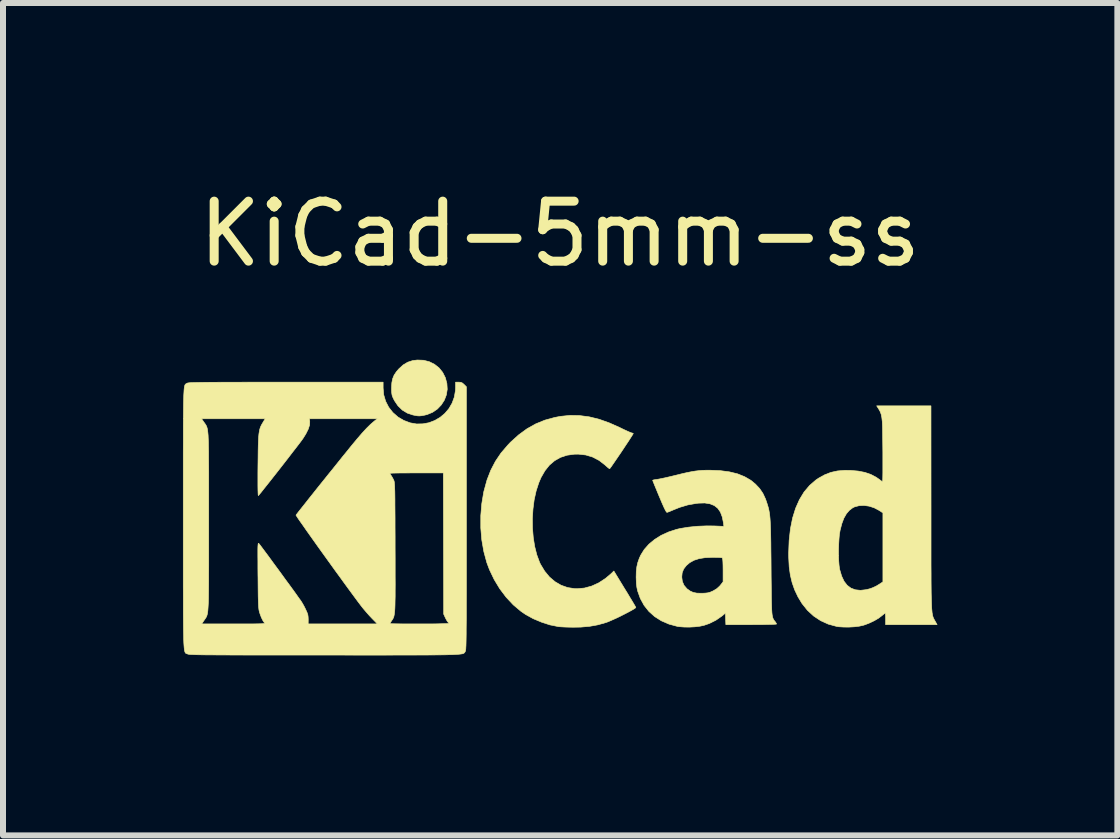
<source format=kicad_pcb>
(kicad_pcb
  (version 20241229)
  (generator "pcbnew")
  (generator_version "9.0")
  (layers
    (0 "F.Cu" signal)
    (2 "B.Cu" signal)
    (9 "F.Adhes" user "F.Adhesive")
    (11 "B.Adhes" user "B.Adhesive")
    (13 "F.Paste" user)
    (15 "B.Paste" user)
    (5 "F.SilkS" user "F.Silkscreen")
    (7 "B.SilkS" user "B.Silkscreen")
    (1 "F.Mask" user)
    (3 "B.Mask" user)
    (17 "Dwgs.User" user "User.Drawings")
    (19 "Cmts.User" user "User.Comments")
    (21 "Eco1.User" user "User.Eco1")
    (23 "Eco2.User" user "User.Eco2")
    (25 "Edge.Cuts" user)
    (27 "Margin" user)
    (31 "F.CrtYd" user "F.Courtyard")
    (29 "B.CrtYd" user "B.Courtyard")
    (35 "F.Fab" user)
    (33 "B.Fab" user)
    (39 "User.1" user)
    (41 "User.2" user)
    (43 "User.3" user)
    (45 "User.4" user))
  (footprint "KiCad-5mm-ss"
    (layer "F.Cu")
    (at 6.282 5.928)
    (property "Reference" "KiCad-5mm-ss" (at 0 -5.08 0) (layer "F.SilkS") (effects (font (size 1 1) (thickness 0.15))))
    (attr exclude_from_pos_files exclude_from_bom)
    (fp_poly (pts (xy -2.273 -2.973) (xy -2.177 -2.949) (xy -2.09 -2.906) (xy -2.015 -2.847) (xy -1.954 -2.772) (xy -1.909 -2.683) (xy -1.883 -2.586) (xy -1.877 -2.489) (xy -1.892 -2.395) (xy -1.926 -2.307) (xy -1.977 -2.228) (xy -2.042 -2.16) (xy -2.121 -2.106) (xy -2.212 -2.068) (xy -2.263 -2.056) (xy -2.308 -2.048) (xy -2.342 -2.045) (xy -2.375 -2.047) (xy -2.415 -2.054) (xy -2.449 -2.061) (xy -2.542 -2.092) (xy -2.626 -2.143) (xy -2.698 -2.213) (xy -2.756 -2.298) (xy -2.77 -2.326) (xy -2.787 -2.362) (xy -2.797 -2.392) (xy -2.802 -2.425) (xy -2.805 -2.466) (xy -2.805 -2.512) (xy -2.801 -2.596) (xy -2.787 -2.665) (xy -2.762 -2.726) (xy -2.723 -2.784) (xy -2.684 -2.829) (xy -2.612 -2.895) (xy -2.537 -2.94) (xy -2.455 -2.967) (xy -2.377 -2.977) (xy -2.273 -2.973)) (stroke (width 0.01) (type solid)) (fill yes) (layer "F.SilkS"))
    (fp_poly (pts (xy 0.328 -2.051) (xy 0.489 -2.03) (xy 0.653 -1.99) (xy 0.822 -1.93) (xy 1 -1.851) (xy 1.011 -1.845) (xy 1.069 -1.817) (xy 1.121 -1.793) (xy 1.162 -1.775) (xy 1.19 -1.764) (xy 1.2 -1.761) (xy 1.219 -1.756) (xy 1.224 -1.752) (xy 1.218 -1.741) (xy 1.202 -1.715) (xy 1.177 -1.676) (xy 1.145 -1.626) (xy 1.107 -1.569) (xy 1.066 -1.507) (xy 1.023 -1.442) (xy 0.98 -1.379) (xy 0.939 -1.319) (xy 0.902 -1.265) (xy 0.871 -1.22) (xy 0.847 -1.186) (xy 0.832 -1.167) (xy 0.83 -1.165) (xy 0.82 -1.17) (xy 0.798 -1.187) (xy 0.767 -1.214) (xy 0.752 -1.228) (xy 0.655 -1.303) (xy 0.548 -1.359) (xy 0.433 -1.394) (xy 0.31 -1.408) (xy 0.241 -1.407) (xy 0.119 -1.39) (xy 0.01 -1.354) (xy -0.087 -1.299) (xy -0.174 -1.225) (xy -0.249 -1.131) (xy -0.314 -1.018) (xy -0.351 -0.931) (xy -0.395 -0.796) (xy -0.428 -0.648) (xy -0.448 -0.493) (xy -0.458 -0.333) (xy -0.456 -0.173) (xy -0.443 -0.016) (xy -0.419 0.133) (xy -0.384 0.271) (xy -0.338 0.395) (xy -0.322 0.429) (xy -0.253 0.543) (xy -0.173 0.64) (xy -0.081 0.718) (xy 0.02 0.777) (xy 0.13 0.816) (xy 0.247 0.834) (xy 0.289 0.835) (xy 0.41 0.824) (xy 0.531 0.791) (xy 0.649 0.737) (xy 0.762 0.663) (xy 0.854 0.585) (xy 0.9 0.54) (xy 1.081 0.837) (xy 1.127 0.911) (xy 1.168 0.98) (xy 1.204 1.039) (xy 1.233 1.088) (xy 1.254 1.124) (xy 1.265 1.144) (xy 1.266 1.147) (xy 1.258 1.157) (xy 1.233 1.174) (xy 1.193 1.197) (xy 1.142 1.225) (xy 1.084 1.255) (xy 1.021 1.287) (xy 0.958 1.318) (xy 0.896 1.346) (xy 0.839 1.371) (xy 0.791 1.391) (xy 0.768 1.399) (xy 0.634 1.437) (xy 0.496 1.462) (xy 0.349 1.475) (xy 0.222 1.477) (xy 0.154 1.476) (xy 0.088 1.474) (xy 0.031 1.471) (xy -0.013 1.468) (xy -0.027 1.466) (xy -0.166 1.438) (xy -0.307 1.392) (xy -0.445 1.334) (xy -0.572 1.264) (xy -0.649 1.211) (xy -0.777 1.103) (xy -0.895 0.977) (xy -1.002 0.835) (xy -1.095 0.681) (xy -1.173 0.518) (xy -1.217 0.401) (xy -1.267 0.217) (xy -1.301 0.023) (xy -1.318 -0.179) (xy -1.318 -0.382) (xy -1.301 -0.584) (xy -1.268 -0.781) (xy -1.217 -0.967) (xy -1.214 -0.978) (xy -1.151 -1.14) (xy -1.074 -1.288) (xy -0.981 -1.426) (xy -0.868 -1.558) (xy -0.825 -1.604) (xy -0.688 -1.728) (xy -0.549 -1.83) (xy -0.403 -1.912) (xy -0.249 -1.975) (xy -0.084 -2.02) (xy 0.011 -2.038) (xy 0.17 -2.054) (xy 0.328 -2.051)) (stroke (width 0.01) (type solid)) (fill yes) (layer "F.SilkS"))
    (fp_poly (pts (xy 6.187 -0.528) (xy 6.187 -0.293) (xy 6.187 -0.08) (xy 6.187 0.112) (xy 6.187 0.285) (xy 6.187 0.441) (xy 6.188 0.579) (xy 6.188 0.701) (xy 6.189 0.808) (xy 6.19 0.901) (xy 6.192 0.982) (xy 6.194 1.051) (xy 6.196 1.11) (xy 6.198 1.159) (xy 6.202 1.2) (xy 6.205 1.234) (xy 6.21 1.262) (xy 6.214 1.285) (xy 6.22 1.304) (xy 6.226 1.321) (xy 6.233 1.335) (xy 6.24 1.349) (xy 6.249 1.364) (xy 6.254 1.373) (xy 6.288 1.434) (xy 5.43 1.434) (xy 5.43 1.338) (xy 5.429 1.294) (xy 5.427 1.261) (xy 5.424 1.243) (xy 5.423 1.242) (xy 5.412 1.249) (xy 5.389 1.267) (xy 5.366 1.286) (xy 5.312 1.327) (xy 5.242 1.368) (xy 5.165 1.405) (xy 5.088 1.435) (xy 5.057 1.445) (xy 4.989 1.46) (xy 4.906 1.47) (xy 4.816 1.475) (xy 4.728 1.474) (xy 4.649 1.469) (xy 4.612 1.463) (xy 4.473 1.425) (xy 4.346 1.367) (xy 4.23 1.29) (xy 4.127 1.195) (xy 4.036 1.081) (xy 3.969 0.97) (xy 3.914 0.854) (xy 3.872 0.734) (xy 3.842 0.608) (xy 3.823 0.472) (xy 3.815 0.32) (xy 3.814 0.243) (xy 3.816 0.186) (xy 4.645 0.186) (xy 4.645 0.279) (xy 4.648 0.367) (xy 4.654 0.444) (xy 4.662 0.505) (xy 4.665 0.517) (xy 4.697 0.625) (xy 4.738 0.712) (xy 4.79 0.779) (xy 4.853 0.826) (xy 4.926 0.853) (xy 5.011 0.862) (xy 5.107 0.851) (xy 5.17 0.835) (xy 5.219 0.817) (xy 5.274 0.791) (xy 5.314 0.767) (xy 5.385 0.721) (xy 5.385 -0.429) (xy 5.317 -0.473) (xy 5.239 -0.514) (xy 5.155 -0.541) (xy 5.07 -0.553) (xy 4.988 -0.549) (xy 4.915 -0.53) (xy 4.883 -0.515) (xy 4.826 -0.472) (xy 4.777 -0.415) (xy 4.735 -0.342) (xy 4.701 -0.252) (xy 4.672 -0.141) (xy 4.671 -0.135) (xy 4.66 -0.073) (xy 4.653 0.005) (xy 4.648 0.093) (xy 4.645 0.186) (xy 3.816 0.186) (xy 3.822 0.03) (xy 3.844 -0.166) (xy 3.88 -0.345) (xy 3.93 -0.506) (xy 3.994 -0.65) (xy 4.071 -0.777) (xy 4.163 -0.886) (xy 4.268 -0.977) (xy 4.314 -1.008) (xy 4.415 -1.064) (xy 4.518 -1.104) (xy 4.628 -1.128) (xy 4.749 -1.138) (xy 4.842 -1.137) (xy 4.971 -1.126) (xy 5.084 -1.104) (xy 5.183 -1.07) (xy 5.271 -1.024) (xy 5.32 -0.99) (xy 5.349 -0.968) (xy 5.371 -0.953) (xy 5.379 -0.948) (xy 5.381 -0.959) (xy 5.382 -0.99) (xy 5.383 -1.037) (xy 5.384 -1.1) (xy 5.384 -1.173) (xy 5.384 -1.256) (xy 5.384 -1.344) (xy 5.384 -1.436) (xy 5.383 -1.528) (xy 5.382 -1.618) (xy 5.381 -1.704) (xy 5.38 -1.781) (xy 5.379 -1.848) (xy 5.377 -1.902) (xy 5.375 -1.94) (xy 5.375 -1.947) (xy 5.367 -2.018) (xy 5.356 -2.073) (xy 5.338 -2.12) (xy 5.312 -2.166) (xy 5.305 -2.176) (xy 5.281 -2.213) (xy 6.186 -2.213) (xy 6.187 -0.528)) (stroke (width 0.01) (type solid)) (fill yes) (layer "F.SilkS"))
    (fp_poly (pts (xy 2.674 -1.133) (xy 2.825 -1.113) (xy 2.961 -1.08) (xy 3.08 -1.032) (xy 3.185 -0.971) (xy 3.262 -0.907) (xy 3.331 -0.833) (xy 3.385 -0.753) (xy 3.428 -0.661) (xy 3.443 -0.618) (xy 3.456 -0.579) (xy 3.467 -0.543) (xy 3.477 -0.508) (xy 3.485 -0.472) (xy 3.492 -0.433) (xy 3.498 -0.39) (xy 3.503 -0.34) (xy 3.507 -0.283) (xy 3.51 -0.215) (xy 3.513 -0.136) (xy 3.515 -0.043) (xy 3.517 0.066) (xy 3.518 0.192) (xy 3.52 0.337) (xy 3.521 0.48) (xy 3.522 0.636) (xy 3.524 0.771) (xy 3.525 0.887) (xy 3.526 0.986) (xy 3.528 1.068) (xy 3.53 1.136) (xy 3.532 1.192) (xy 3.535 1.236) (xy 3.539 1.271) (xy 3.544 1.299) (xy 3.55 1.321) (xy 3.557 1.338) (xy 3.565 1.352) (xy 3.574 1.366) (xy 3.585 1.38) (xy 3.59 1.385) (xy 3.605 1.408) (xy 3.612 1.423) (xy 3.612 1.424) (xy 3.602 1.426) (xy 3.571 1.428) (xy 3.522 1.43) (xy 3.458 1.431) (xy 3.382 1.433) (xy 3.295 1.433) (xy 3.2 1.434) (xy 3.19 1.434) (xy 2.767 1.434) (xy 2.763 1.338) (xy 2.76 1.242) (xy 2.698 1.293) (xy 2.601 1.36) (xy 2.491 1.415) (xy 2.404 1.445) (xy 2.335 1.46) (xy 2.252 1.47) (xy 2.162 1.475) (xy 2.074 1.474) (xy 1.995 1.468) (xy 1.959 1.463) (xy 1.819 1.425) (xy 1.692 1.37) (xy 1.58 1.299) (xy 1.484 1.213) (xy 1.404 1.112) (xy 1.341 0.997) (xy 1.296 0.871) (xy 1.284 0.814) (xy 1.276 0.752) (xy 1.273 0.677) (xy 1.272 0.643) (xy 1.272 0.64) (xy 2.032 0.64) (xy 2.042 0.715) (xy 2.07 0.779) (xy 2.118 0.835) (xy 2.123 0.839) (xy 2.172 0.874) (xy 2.223 0.897) (xy 2.284 0.909) (xy 2.359 0.911) (xy 2.377 0.911) (xy 2.431 0.908) (xy 2.471 0.903) (xy 2.506 0.893) (xy 2.545 0.876) (xy 2.556 0.871) (xy 2.616 0.835) (xy 2.663 0.792) (xy 2.676 0.777) (xy 2.721 0.72) (xy 2.721 0.525) (xy 2.72 0.446) (xy 2.718 0.388) (xy 2.715 0.349) (xy 2.711 0.327) (xy 2.707 0.32) (xy 2.691 0.317) (xy 2.657 0.314) (xy 2.61 0.313) (xy 2.555 0.312) (xy 2.546 0.312) (xy 2.425 0.317) (xy 2.323 0.333) (xy 2.236 0.361) (xy 2.164 0.401) (xy 2.109 0.448) (xy 2.064 0.506) (xy 2.039 0.569) (xy 2.032 0.64) (xy 1.272 0.64) (xy 1.274 0.55) (xy 1.283 0.471) (xy 1.299 0.4) (xy 1.324 0.329) (xy 1.348 0.276) (xy 1.407 0.181) (xy 1.485 0.093) (xy 1.58 0.014) (xy 1.69 -0.055) (xy 1.813 -0.111) (xy 1.945 -0.154) (xy 2.009 -0.169) (xy 2.146 -0.191) (xy 2.294 -0.206) (xy 2.446 -0.212) (xy 2.572 -0.211) (xy 2.734 -0.204) (xy 2.727 -0.263) (xy 2.707 -0.362) (xy 2.676 -0.443) (xy 2.632 -0.506) (xy 2.575 -0.551) (xy 2.503 -0.58) (xy 2.416 -0.594) (xy 2.313 -0.591) (xy 2.275 -0.587) (xy 2.134 -0.562) (xy 1.997 -0.521) (xy 1.902 -0.483) (xy 1.857 -0.464) (xy 1.819 -0.448) (xy 1.792 -0.439) (xy 1.785 -0.437) (xy 1.775 -0.446) (xy 1.758 -0.475) (xy 1.734 -0.524) (xy 1.703 -0.594) (xy 1.665 -0.684) (xy 1.658 -0.7) (xy 1.628 -0.772) (xy 1.601 -0.838) (xy 1.578 -0.893) (xy 1.561 -0.936) (xy 1.55 -0.963) (xy 1.547 -0.972) (xy 1.557 -0.977) (xy 1.583 -0.982) (xy 1.611 -0.986) (xy 1.642 -0.991) (xy 1.689 -1) (xy 1.751 -1.013) (xy 1.821 -1.029) (xy 1.896 -1.047) (xy 1.925 -1.054) (xy 2.03 -1.08) (xy 2.117 -1.1) (xy 2.192 -1.115) (xy 2.258 -1.126) (xy 2.319 -1.133) (xy 2.381 -1.138) (xy 2.446 -1.14) (xy 2.504 -1.14) (xy 2.674 -1.133)) (stroke (width 0.01) (type solid)) (fill yes) (layer "F.SilkS"))
    (fp_poly (pts (xy -2.946 -2.511) (xy -2.936 -2.397) (xy -2.904 -2.289) (xy -2.853 -2.19) (xy -2.784 -2.102) (xy -2.699 -2.027) (xy -2.602 -1.97) (xy -2.496 -1.93) (xy -2.389 -1.911) (xy -2.283 -1.913) (xy -2.181 -1.932) (xy -2.085 -1.969) (xy -1.996 -2.021) (xy -1.917 -2.087) (xy -1.849 -2.167) (xy -1.796 -2.258) (xy -1.759 -2.359) (xy -1.74 -2.47) (xy -1.738 -2.52) (xy -1.738 -2.608) (xy -1.687 -2.608) (xy -1.65 -2.605) (xy -1.623 -2.593) (xy -1.596 -2.569) (xy -1.558 -2.531) (xy -1.558 -0.339) (xy -1.558 -0.077) (xy -1.558 0.163) (xy -1.558 0.383) (xy -1.558 0.583) (xy -1.558 0.764) (xy -1.558 0.928) (xy -1.559 1.074) (xy -1.559 1.205) (xy -1.559 1.32) (xy -1.56 1.421) (xy -1.561 1.509) (xy -1.561 1.585) (xy -1.562 1.65) (xy -1.563 1.704) (xy -1.564 1.749) (xy -1.565 1.786) (xy -1.567 1.815) (xy -1.568 1.837) (xy -1.57 1.854) (xy -1.572 1.866) (xy -1.574 1.874) (xy -1.576 1.88) (xy -1.577 1.882) (xy -1.581 1.889) (xy -1.585 1.895) (xy -1.589 1.901) (xy -1.594 1.906) (xy -1.601 1.911) (xy -1.611 1.916) (xy -1.625 1.92) (xy -1.645 1.923) (xy -1.669 1.926) (xy -1.701 1.929) (xy -1.741 1.931) (xy -1.789 1.934) (xy -1.846 1.935) (xy -1.914 1.937) (xy -1.994 1.938) (xy -2.085 1.939) (xy -2.19 1.94) (xy -2.309 1.94) (xy -2.443 1.941) (xy -2.593 1.941) (xy -2.76 1.941) (xy -2.945 1.942) (xy -3.149 1.942) (xy -3.372 1.942) (xy -3.616 1.941) (xy -3.881 1.941) (xy -3.92 1.941) (xy -4.187 1.941) (xy -4.432 1.941) (xy -4.657 1.941) (xy -4.861 1.941) (xy -5.047 1.941) (xy -5.215 1.941) (xy -5.366 1.94) (xy -5.501 1.94) (xy -5.62 1.939) (xy -5.725 1.939) (xy -5.817 1.938) (xy -5.896 1.938) (xy -5.964 1.937) (xy -6.021 1.936) (xy -6.069 1.935) (xy -6.107 1.933) (xy -6.138 1.932) (xy -6.162 1.931) (xy -6.18 1.929) (xy -6.192 1.927) (xy -6.201 1.925) (xy -6.205 1.923) (xy -6.214 1.92) (xy -6.221 1.917) (xy -6.229 1.915) (xy -6.235 1.911) (xy -6.241 1.906) (xy -6.246 1.897) (xy -6.251 1.885) (xy -6.255 1.869) (xy -6.259 1.846) (xy -6.262 1.818) (xy -6.265 1.781) (xy -6.268 1.737) (xy -6.27 1.683) (xy -6.271 1.618) (xy -6.273 1.543) (xy -6.274 1.455) (xy -6.275 1.354) (xy -6.276 1.239) (xy -6.276 1.11) (xy -6.276 0.964) (xy -6.277 0.802) (xy -6.277 0.621) (xy -6.277 0.422) (xy -6.277 0.204) (xy -6.277 -0.035) (xy -6.277 -0.296) (xy -6.277 -0.338) (xy -6.277 -0.601) (xy -6.277 -0.842) (xy -6.277 -1.063) (xy -6.277 -1.264) (xy -6.277 -1.446) (xy -6.276 -1.61) (xy -6.276 -1.757) (xy -6.276 -1.888) (xy -6.275 -1.998) (xy -5.972 -1.998) (xy -5.932 -1.94) (xy -5.921 -1.925) (xy -5.911 -1.911) (xy -5.902 -1.897) (xy -5.894 -1.883) (xy -5.887 -1.868) (xy -5.881 -1.849) (xy -5.875 -1.826) (xy -5.871 -1.798) (xy -5.867 -1.764) (xy -5.863 -1.722) (xy -5.861 -1.67) (xy -5.858 -1.609) (xy -5.857 -1.537) (xy -5.855 -1.452) (xy -5.855 -1.354) (xy -5.854 -1.24) (xy -5.853 -1.111) (xy -5.853 -0.965) (xy -5.853 -0.8) (xy -5.853 -0.616) (xy -5.853 -0.41) (xy -5.853 -0.288) (xy -5.853 -0.071) (xy -5.853 0.125) (xy -5.853 0.3) (xy -5.853 0.456) (xy -5.854 0.595) (xy -5.854 0.717) (xy -5.855 0.823) (xy -5.856 0.915) (xy -5.857 0.994) (xy -5.859 1.062) (xy -5.862 1.118) (xy -5.865 1.165) (xy -5.868 1.204) (xy -5.872 1.235) (xy -5.877 1.261) (xy -5.883 1.282) (xy -5.89 1.299) (xy -5.897 1.314) (xy -5.906 1.327) (xy -5.915 1.341) (xy -5.925 1.356) (xy -5.932 1.365) (xy -5.97 1.422) (xy -5.439 1.422) (xy -5.315 1.422) (xy -5.213 1.422) (xy -5.129 1.422) (xy -5.063 1.421) (xy -5.012 1.42) (xy -4.974 1.419) (xy -4.948 1.417) (xy -4.932 1.415) (xy -4.923 1.412) (xy -4.921 1.408) (xy -4.923 1.404) (xy -4.925 1.403) (xy -4.95 1.366) (xy -4.976 1.313) (xy -4.999 1.251) (xy -5.007 1.224) (xy -5.012 1.206) (xy -5.016 1.185) (xy -5.019 1.159) (xy -5.022 1.126) (xy -5.024 1.083) (xy -5.026 1.028) (xy -5.028 0.96) (xy -5.029 0.877) (xy -5.03 0.775) (xy -5.031 0.654) (xy -5.032 0.61) (xy -5.033 0.484) (xy -5.033 0.38) (xy -5.034 0.295) (xy -5.034 0.227) (xy -5.034 0.174) (xy -5.033 0.135) (xy -5.031 0.107) (xy -5.029 0.09) (xy -5.027 0.081) (xy -5.023 0.078) (xy -5.019 0.08) (xy -5.015 0.085) (xy -5.004 0.098) (xy -4.982 0.127) (xy -4.95 0.17) (xy -4.909 0.225) (xy -4.861 0.289) (xy -4.808 0.362) (xy -4.751 0.44) (xy -4.691 0.521) (xy -4.631 0.603) (xy -4.572 0.685) (xy -4.514 0.763) (xy -4.461 0.836) (xy -4.413 0.902) (xy -4.373 0.959) (xy -4.341 1.004) (xy -4.318 1.035) (xy -4.314 1.041) (xy -4.291 1.078) (xy -4.264 1.126) (xy -4.239 1.176) (xy -4.236 1.183) (xy -4.214 1.231) (xy -4.201 1.268) (xy -4.196 1.304) (xy -4.194 1.346) (xy -4.195 1.422) (xy -3.041 1.422) (xy -3.132 1.329) (xy -3.179 1.279) (xy -3.229 1.222) (xy -3.275 1.168) (xy -3.295 1.143) (xy -3.326 1.103) (xy -3.366 1.05) (xy -3.414 0.985) (xy -3.47 0.909) (xy -3.532 0.825) (xy -3.599 0.733) (xy -3.669 0.636) (xy -3.743 0.535) (xy -3.817 0.432) (xy -3.892 0.328) (xy -3.966 0.225) (xy -4.038 0.125) (xy -4.106 0.029) (xy -4.17 -0.061) (xy -4.229 -0.144) (xy -4.28 -0.218) (xy -4.324 -0.28) (xy -4.359 -0.33) (xy -4.383 -0.367) (xy -4.396 -0.387) (xy -4.398 -0.391) (xy -4.39 -0.403) (xy -4.369 -0.43) (xy -4.337 -0.471) (xy -4.294 -0.525) (xy -4.243 -0.589) (xy -4.185 -0.663) (xy -4.12 -0.744) (xy -4.051 -0.831) (xy -3.979 -0.921) (xy -3.904 -1.014) (xy -3.845 -1.088) (xy -2.834 -1.088) (xy -2.828 -1.075) (xy -2.813 -1.053) (xy -2.812 -1.052) (xy -2.793 -1.021) (xy -2.774 -0.985) (xy -2.77 -0.976) (xy -2.766 -0.968) (xy -2.763 -0.958) (xy -2.76 -0.945) (xy -2.758 -0.927) (xy -2.756 -0.904) (xy -2.754 -0.873) (xy -2.753 -0.833) (xy -2.751 -0.784) (xy -2.75 -0.723) (xy -2.749 -0.649) (xy -2.749 -0.561) (xy -2.748 -0.457) (xy -2.747 -0.337) (xy -2.747 -0.198) (xy -2.746 -0.039) (xy -2.746 0.14) (xy -2.745 0.325) (xy -2.745 0.489) (xy -2.745 0.633) (xy -2.744 0.759) (xy -2.745 0.868) (xy -2.745 0.961) (xy -2.747 1.04) (xy -2.748 1.106) (xy -2.75 1.161) (xy -2.753 1.206) (xy -2.757 1.242) (xy -2.761 1.271) (xy -2.766 1.295) (xy -2.772 1.313) (xy -2.779 1.329) (xy -2.787 1.344) (xy -2.797 1.358) (xy -2.805 1.37) (xy -2.822 1.396) (xy -2.832 1.414) (xy -2.834 1.417) (xy -2.823 1.418) (xy -2.791 1.419) (xy -2.742 1.42) (xy -2.677 1.421) (xy -2.599 1.422) (xy -2.51 1.422) (xy -2.411 1.422) (xy -2.342 1.422) (xy -2.237 1.422) (xy -2.141 1.422) (xy -2.054 1.421) (xy -1.98 1.419) (xy -1.921 1.418) (xy -1.879 1.416) (xy -1.855 1.414) (xy -1.851 1.412) (xy -1.859 1.398) (xy -1.867 1.39) (xy -1.88 1.372) (xy -1.897 1.342) (xy -1.909 1.318) (xy -1.936 1.259) (xy -1.939 0.082) (xy -1.942 -1.095) (xy -2.388 -1.095) (xy -2.486 -1.095) (xy -2.576 -1.094) (xy -2.657 -1.094) (xy -2.725 -1.093) (xy -2.779 -1.092) (xy -2.815 -1.09) (xy -2.833 -1.089) (xy -2.834 -1.088) (xy -3.845 -1.088) (xy -3.829 -1.107) (xy -3.755 -1.199) (xy -3.683 -1.289) (xy -3.615 -1.374) (xy -3.551 -1.452) (xy -3.494 -1.523) (xy -3.444 -1.584) (xy -3.403 -1.633) (xy -3.386 -1.654) (xy -3.3 -1.754) (xy -3.223 -1.838) (xy -3.154 -1.906) (xy -3.091 -1.96) (xy -3.082 -1.967) (xy -3.042 -1.998) (xy -4.174 -1.998) (xy -4.169 -1.95) (xy -4.172 -1.893) (xy -4.194 -1.825) (xy -4.234 -1.745) (xy -4.279 -1.673) (xy -4.295 -1.65) (xy -4.323 -1.612) (xy -4.361 -1.562) (xy -4.408 -1.501) (xy -4.462 -1.432) (xy -4.52 -1.356) (xy -4.582 -1.276) (xy -4.646 -1.194) (xy -4.71 -1.112) (xy -4.773 -1.032) (xy -4.832 -0.957) (xy -4.887 -0.888) (xy -4.935 -0.828) (xy -4.974 -0.778) (xy -5.004 -0.742) (xy -5.022 -0.72) (xy -5.025 -0.717) (xy -5.028 -0.725) (xy -5.03 -0.755) (xy -5.032 -0.807) (xy -5.033 -0.881) (xy -5.033 -0.977) (xy -5.033 -1.094) (xy -5.032 -1.214) (xy -5.03 -1.346) (xy -5.029 -1.457) (xy -5.027 -1.551) (xy -5.024 -1.629) (xy -5.021 -1.692) (xy -5.016 -1.745) (xy -5.009 -1.788) (xy -5.002 -1.823) (xy -4.992 -1.854) (xy -4.98 -1.882) (xy -4.965 -1.91) (xy -4.95 -1.935) (xy -4.912 -1.998) (xy -5.972 -1.998) (xy -6.275 -1.998) (xy -6.275 -2.004) (xy -6.274 -2.106) (xy -6.273 -2.195) (xy -6.272 -2.272) (xy -6.27 -2.337) (xy -6.269 -2.393) (xy -6.266 -2.438) (xy -6.264 -2.475) (xy -6.261 -2.505) (xy -6.258 -2.528) (xy -6.254 -2.546) (xy -6.25 -2.559) (xy -6.245 -2.568) (xy -6.24 -2.574) (xy -6.234 -2.579) (xy -6.228 -2.582) (xy -6.222 -2.586) (xy -6.216 -2.589) (xy -6.21 -2.592) (xy -6.202 -2.594) (xy -6.19 -2.596) (xy -6.173 -2.598) (xy -6.149 -2.6) (xy -6.118 -2.601) (xy -6.079 -2.602) (xy -6.03 -2.603) (xy -5.971 -2.604) (xy -5.899 -2.605) (xy -5.815 -2.606) (xy -5.718 -2.606) (xy -5.605 -2.607) (xy -5.476 -2.607) (xy -5.33 -2.607) (xy -5.166 -2.608) (xy -4.982 -2.608) (xy -4.778 -2.608) (xy -4.567 -2.608) (xy -2.946 -2.608) (xy -2.946 -2.511)) (stroke (width 0.01) (type solid)) (fill yes) (layer "F.SilkS")))
  (gr_rect
    (start -3 -3)
    (end 15.575 10.875)
    (stroke (width 0.1) (type default))
    (fill no)
    (layer "Edge.Cuts")))
</source>
